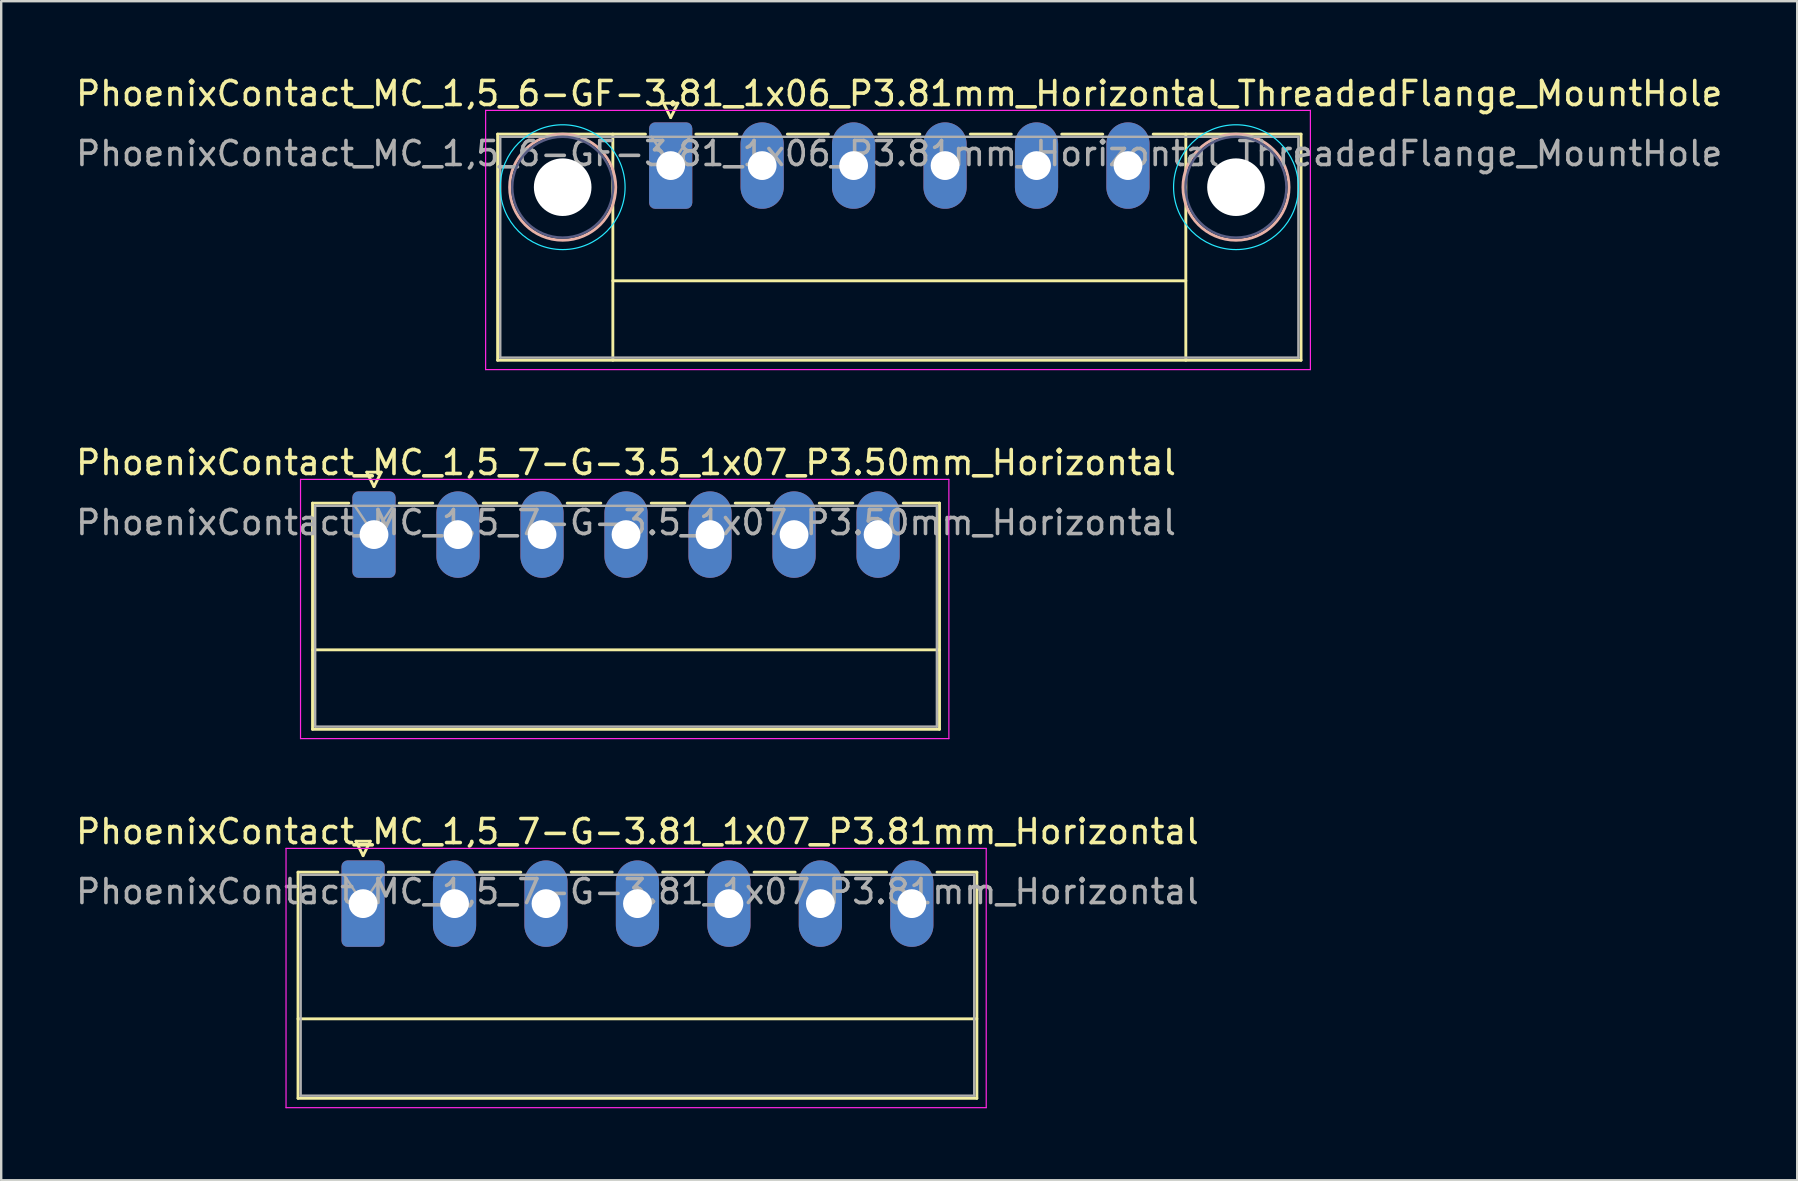
<source format=kicad_pcb>
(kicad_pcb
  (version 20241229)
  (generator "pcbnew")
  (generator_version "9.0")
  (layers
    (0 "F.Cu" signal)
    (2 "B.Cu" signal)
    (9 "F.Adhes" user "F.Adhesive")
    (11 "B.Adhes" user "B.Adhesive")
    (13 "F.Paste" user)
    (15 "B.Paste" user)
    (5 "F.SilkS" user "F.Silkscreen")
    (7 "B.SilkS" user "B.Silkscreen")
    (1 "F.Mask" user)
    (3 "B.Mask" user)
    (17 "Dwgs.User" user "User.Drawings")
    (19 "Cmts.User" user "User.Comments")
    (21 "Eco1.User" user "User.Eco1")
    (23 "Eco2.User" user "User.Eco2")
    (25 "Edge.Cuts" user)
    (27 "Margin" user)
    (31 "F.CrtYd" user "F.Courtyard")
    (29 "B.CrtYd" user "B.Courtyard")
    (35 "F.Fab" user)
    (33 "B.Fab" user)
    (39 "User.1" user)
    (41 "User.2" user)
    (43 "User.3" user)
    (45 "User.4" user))
  (footprint "PhoenixContact_MC_1,5_7-G-3.5_1x07_P3.50mm_Horizontal"
    (layer "F.Cu")
    (at 12.53 19.221)
    (property "Reference" "PhoenixContact_MC_1,5_7-G-3.5_1x07_P3.50mm_Horizontal" (at 10.5 -3 0) (layer "F.SilkS") (effects (font (size 1 1) (thickness 0.15))))
    (attr through_hole)
    (fp_line (start -2.56 -1.31) (end -2.56 8.11) (stroke (width 0.12) (type solid)) (layer "F.SilkS"))
    (fp_line (start -2.56 -1.31) (end -1.05 -1.31) (stroke (width 0.12) (type solid)) (layer "F.SilkS"))
    (fp_line (start -2.56 4.8) (end 23.56 4.8) (stroke (width 0.12) (type solid)) (layer "F.SilkS"))
    (fp_line (start -2.56 8.11) (end 23.56 8.11) (stroke (width 0.12) (type solid)) (layer "F.SilkS"))
    (fp_line (start -0.3 -2.6) (end 0.3 -2.6) (stroke (width 0.12) (type solid)) (layer "F.SilkS"))
    (fp_line (start 0 -2) (end -0.3 -2.6) (stroke (width 0.12) (type solid)) (layer "F.SilkS"))
    (fp_line (start 0.3 -2.6) (end 0 -2) (stroke (width 0.12) (type solid)) (layer "F.SilkS"))
    (fp_line (start 1.05 -1.31) (end 2.45 -1.31) (stroke (width 0.12) (type solid)) (layer "F.SilkS"))
    (fp_line (start 4.55 -1.31) (end 5.95 -1.31) (stroke (width 0.12) (type solid)) (layer "F.SilkS"))
    (fp_line (start 8.05 -1.31) (end 9.45 -1.31) (stroke (width 0.12) (type solid)) (layer "F.SilkS"))
    (fp_line (start 11.55 -1.31) (end 12.95 -1.31) (stroke (width 0.12) (type solid)) (layer "F.SilkS"))
    (fp_line (start 15.05 -1.31) (end 16.45 -1.31) (stroke (width 0.12) (type solid)) (layer "F.SilkS"))
    (fp_line (start 18.55 -1.31) (end 19.95 -1.31) (stroke (width 0.12) (type solid)) (layer "F.SilkS"))
    (fp_line (start 23.56 -1.31) (end 22.05 -1.31) (stroke (width 0.12) (type solid)) (layer "F.SilkS"))
    (fp_line (start 23.56 8.11) (end 23.56 -1.31) (stroke (width 0.12) (type solid)) (layer "F.SilkS"))
    (fp_line (start -3.06 -2.3) (end -3.06 8.5) (stroke (width 0.05) (type solid)) (layer "F.CrtYd"))
    (fp_line (start -3.06 8.5) (end 23.95 8.5) (stroke (width 0.05) (type solid)) (layer "F.CrtYd"))
    (fp_line (start 23.95 -2.3) (end -3.06 -2.3) (stroke (width 0.05) (type solid)) (layer "F.CrtYd"))
    (fp_line (start 23.95 8.5) (end 23.95 -2.3) (stroke (width 0.05) (type solid)) (layer "F.CrtYd"))
    (fp_line (start -2.45 -1.2) (end -2.45 8) (stroke (width 0.1) (type solid)) (layer "F.Fab"))
    (fp_line (start -2.45 8) (end 23.45 8) (stroke (width 0.1) (type solid)) (layer "F.Fab"))
    (fp_line (start 0 0) (end -0.8 -1.2) (stroke (width 0.1) (type solid)) (layer "F.Fab"))
    (fp_line (start 0.8 -1.2) (end 0 0) (stroke (width 0.1) (type solid)) (layer "F.Fab"))
    (fp_line (start 23.45 -1.2) (end -2.45 -1.2) (stroke (width 0.1) (type solid)) (layer "F.Fab"))
    (fp_line (start 23.45 8) (end 23.45 -1.2) (stroke (width 0.1) (type solid)) (layer "F.Fab"))
    (fp_text user "${REFERENCE}" (at 10.5 -0.5 0) (layer "F.Fab") (effects (font (size 1 1) (thickness 0.15))))
    (pad "1" thru_hole roundrect (at 0 0) (size 1.8 3.6) (drill 1.2) (layers "*.Cu" "*.Mask") (roundrect_rratio 0.139))
    (pad "2" thru_hole oval (at 3.5 0) (size 1.8 3.6) (drill 1.2) (layers "*.Cu" "*.Mask"))
    (pad "3" thru_hole oval (at 7 0) (size 1.8 3.6) (drill 1.2) (layers "*.Cu" "*.Mask"))
    (pad "4" thru_hole oval (at 10.5 0) (size 1.8 3.6) (drill 1.2) (layers "*.Cu" "*.Mask"))
    (pad "5" thru_hole oval (at 14 0) (size 1.8 3.6) (drill 1.2) (layers "*.Cu" "*.Mask"))
    (pad "6" thru_hole oval (at 17.5 0) (size 1.8 3.6) (drill 1.2) (layers "*.Cu" "*.Mask"))
    (pad "7" thru_hole oval (at 21 0) (size 1.8 3.6) (drill 1.2) (layers "*.Cu" "*.Mask")))
  (footprint "PhoenixContact_MC_1,5_7-G-3.81_1x07_P3.81mm_Horizontal"
    (layer "F.Cu")
    (at 12.076 34.595)
    (property "Reference" "PhoenixContact_MC_1,5_7-G-3.81_1x07_P3.81mm_Horizontal" (at 11.43 -3 0) (layer "F.SilkS") (effects (font (size 1 1) (thickness 0.15))))
    (attr through_hole)
    (fp_line (start -2.71 -1.31) (end -2.71 8.11) (stroke (width 0.12) (type solid)) (layer "F.SilkS"))
    (fp_line (start -2.71 -1.31) (end -1.05 -1.31) (stroke (width 0.12) (type solid)) (layer "F.SilkS"))
    (fp_line (start -2.71 4.8) (end 25.57 4.8) (stroke (width 0.12) (type solid)) (layer "F.SilkS"))
    (fp_line (start -2.71 8.11) (end 25.57 8.11) (stroke (width 0.12) (type solid)) (layer "F.SilkS"))
    (fp_line (start -0.3 -2.6) (end 0.3 -2.6) (stroke (width 0.12) (type solid)) (layer "F.SilkS"))
    (fp_line (start 0 -2) (end -0.3 -2.6) (stroke (width 0.12) (type solid)) (layer "F.SilkS"))
    (fp_line (start 0.3 -2.6) (end 0 -2) (stroke (width 0.12) (type solid)) (layer "F.SilkS"))
    (fp_line (start 1.05 -1.31) (end 2.76 -1.31) (stroke (width 0.12) (type solid)) (layer "F.SilkS"))
    (fp_line (start 4.86 -1.31) (end 6.57 -1.31) (stroke (width 0.12) (type solid)) (layer "F.SilkS"))
    (fp_line (start 8.67 -1.31) (end 10.38 -1.31) (stroke (width 0.12) (type solid)) (layer "F.SilkS"))
    (fp_line (start 12.48 -1.31) (end 14.19 -1.31) (stroke (width 0.12) (type solid)) (layer "F.SilkS"))
    (fp_line (start 16.29 -1.31) (end 18 -1.31) (stroke (width 0.12) (type solid)) (layer "F.SilkS"))
    (fp_line (start 20.1 -1.31) (end 21.81 -1.31) (stroke (width 0.12) (type solid)) (layer "F.SilkS"))
    (fp_line (start 25.57 -1.31) (end 23.91 -1.31) (stroke (width 0.12) (type solid)) (layer "F.SilkS"))
    (fp_line (start 25.57 8.11) (end 25.57 -1.31) (stroke (width 0.12) (type solid)) (layer "F.SilkS"))
    (fp_line (start -3.21 -2.3) (end -3.21 8.5) (stroke (width 0.05) (type solid)) (layer "F.CrtYd"))
    (fp_line (start -3.21 8.5) (end 25.96 8.5) (stroke (width 0.05) (type solid)) (layer "F.CrtYd"))
    (fp_line (start 25.96 -2.3) (end -3.21 -2.3) (stroke (width 0.05) (type solid)) (layer "F.CrtYd"))
    (fp_line (start 25.96 8.5) (end 25.96 -2.3) (stroke (width 0.05) (type solid)) (layer "F.CrtYd"))
    (fp_line (start -2.6 -1.2) (end -2.6 8) (stroke (width 0.1) (type solid)) (layer "F.Fab"))
    (fp_line (start -2.6 8) (end 25.46 8) (stroke (width 0.1) (type solid)) (layer "F.Fab"))
    (fp_line (start 0 0) (end -0.8 -1.2) (stroke (width 0.1) (type solid)) (layer "F.Fab"))
    (fp_line (start 0.8 -1.2) (end 0 0) (stroke (width 0.1) (type solid)) (layer "F.Fab"))
    (fp_line (start 25.46 -1.2) (end -2.6 -1.2) (stroke (width 0.1) (type solid)) (layer "F.Fab"))
    (fp_line (start 25.46 8) (end 25.46 -1.2) (stroke (width 0.1) (type solid)) (layer "F.Fab"))
    (fp_text user "${REFERENCE}" (at 11.43 -0.5 0) (layer "F.Fab") (effects (font (size 1 1) (thickness 0.15))))
    (pad "1" thru_hole roundrect (at 0 0) (size 1.8 3.6) (drill 1.2) (layers "*.Cu" "*.Mask") (roundrect_rratio 0.139))
    (pad "2" thru_hole oval (at 3.81 0) (size 1.8 3.6) (drill 1.2) (layers "*.Cu" "*.Mask"))
    (pad "3" thru_hole oval (at 7.62 0) (size 1.8 3.6) (drill 1.2) (layers "*.Cu" "*.Mask"))
    (pad "4" thru_hole oval (at 11.43 0) (size 1.8 3.6) (drill 1.2) (layers "*.Cu" "*.Mask"))
    (pad "5" thru_hole oval (at 15.24 0) (size 1.8 3.6) (drill 1.2) (layers "*.Cu" "*.Mask"))
    (pad "6" thru_hole oval (at 19.05 0) (size 1.8 3.6) (drill 1.2) (layers "*.Cu" "*.Mask"))
    (pad "7" thru_hole oval (at 22.86 0) (size 1.8 3.6) (drill 1.2) (layers "*.Cu" "*.Mask")))
  (footprint "PhoenixContact_MC_1,5_6-GF-3.81_1x06_P3.81mm_Horizontal_ThreadedFlange_MountHole"
    (layer "F.Cu")
    (at 24.891 3.848)
    (property "Reference" "PhoenixContact_MC_1,5_6-GF-3.81_1x06_P3.81mm_Horizontal_ThreadedFlange_MountHole" (at 9.52 -3 0) (layer "F.SilkS") (effects (font (size 1 1) (thickness 0.15))))
    (attr through_hole)
    (fp_line (start -7.21 -1.31) (end -7.21 8.11) (stroke (width 0.12) (type solid)) (layer "F.SilkS"))
    (fp_line (start -7.21 -1.31) (end -1.05 -1.31) (stroke (width 0.12) (type solid)) (layer "F.SilkS"))
    (fp_line (start -7.21 8.11) (end 26.26 8.11) (stroke (width 0.12) (type solid)) (layer "F.SilkS"))
    (fp_line (start -2.41 -1.31) (end -2.41 8.11) (stroke (width 0.12) (type solid)) (layer "F.SilkS"))
    (fp_line (start -2.41 4.8) (end 21.46 4.8) (stroke (width 0.12) (type solid)) (layer "F.SilkS"))
    (fp_line (start -0.3 -2.6) (end 0.3 -2.6) (stroke (width 0.12) (type solid)) (layer "F.SilkS"))
    (fp_line (start 0 -2) (end -0.3 -2.6) (stroke (width 0.12) (type solid)) (layer "F.SilkS"))
    (fp_line (start 0.3 -2.6) (end 0 -2) (stroke (width 0.12) (type solid)) (layer "F.SilkS"))
    (fp_line (start 1.05 -1.31) (end 2.76 -1.31) (stroke (width 0.12) (type solid)) (layer "F.SilkS"))
    (fp_line (start 4.86 -1.31) (end 6.57 -1.31) (stroke (width 0.12) (type solid)) (layer "F.SilkS"))
    (fp_line (start 8.67 -1.31) (end 10.38 -1.31) (stroke (width 0.12) (type solid)) (layer "F.SilkS"))
    (fp_line (start 12.48 -1.31) (end 14.19 -1.31) (stroke (width 0.12) (type solid)) (layer "F.SilkS"))
    (fp_line (start 16.29 -1.31) (end 18 -1.31) (stroke (width 0.12) (type solid)) (layer "F.SilkS"))
    (fp_line (start 21.46 -1.31) (end 21.46 8.11) (stroke (width 0.12) (type solid)) (layer "F.SilkS"))
    (fp_line (start 26.26 -1.31) (end 20.1 -1.31) (stroke (width 0.12) (type solid)) (layer "F.SilkS"))
    (fp_line (start 26.26 8.11) (end 26.26 -1.31) (stroke (width 0.12) (type solid)) (layer "F.SilkS"))
    (fp_circle (center -4.5 0.9) (end -2.29 0.9) (stroke (width 0.12) (type solid)) (fill no) (layer "B.SilkS"))
    (fp_circle (center 23.55 0.9) (end 25.76 0.9) (stroke (width 0.12) (type solid)) (fill no) (layer "B.SilkS"))
    (fp_circle (center -4.5 0.9) (end -1.9 0.9) (stroke (width 0.05) (type solid)) (fill no) (layer "B.CrtYd"))
    (fp_circle (center 23.55 0.9) (end 26.15 0.9) (stroke (width 0.05) (type solid)) (fill no) (layer "B.CrtYd"))
    (fp_line (start -7.71 -2.3) (end -7.71 8.5) (stroke (width 0.05) (type solid)) (layer "F.CrtYd"))
    (fp_line (start -7.71 8.5) (end 26.65 8.5) (stroke (width 0.05) (type solid)) (layer "F.CrtYd"))
    (fp_line (start 26.65 -2.3) (end -7.71 -2.3) (stroke (width 0.05) (type solid)) (layer "F.CrtYd"))
    (fp_line (start 26.65 8.5) (end 26.65 -2.3) (stroke (width 0.05) (type solid)) (layer "F.CrtYd"))
    (fp_circle (center -4.5 0.9) (end -2.4 0.9) (stroke (width 0.1) (type solid)) (fill no) (layer "B.Fab"))
    (fp_circle (center 23.55 0.9) (end 25.65 0.9) (stroke (width 0.1) (type solid)) (fill no) (layer "B.Fab"))
    (fp_line (start -7.1 -1.2) (end -7.1 8) (stroke (width 0.1) (type solid)) (layer "F.Fab"))
    (fp_line (start -7.1 8) (end 26.15 8) (stroke (width 0.1) (type solid)) (layer "F.Fab"))
    (fp_line (start 0 0) (end -0.8 -1.2) (stroke (width 0.1) (type solid)) (layer "F.Fab"))
    (fp_line (start 0.8 -1.2) (end 0 0) (stroke (width 0.1) (type solid)) (layer "F.Fab"))
    (fp_line (start 26.15 -1.2) (end -7.1 -1.2) (stroke (width 0.1) (type solid)) (layer "F.Fab"))
    (fp_line (start 26.15 8) (end 26.15 -1.2) (stroke (width 0.1) (type solid)) (layer "F.Fab"))
    (fp_text user "${REFERENCE}" (at 9.52 -0.5 0) (layer "F.Fab") (effects (font (size 1 1) (thickness 0.15))))
    (pad "" np_thru_hole circle (at -4.5 0.9) (size 2.4 2.4) (drill 2.4) (layers "*.Cu" "*.Mask"))
    (pad "" np_thru_hole circle (at 23.55 0.9) (size 2.4 2.4) (drill 2.4) (layers "*.Cu" "*.Mask"))
    (pad "1" thru_hole roundrect (at 0 0) (size 1.8 3.6) (drill 1.2) (layers "*.Cu" "*.Mask") (roundrect_rratio 0.139))
    (pad "2" thru_hole oval (at 3.81 0) (size 1.8 3.6) (drill 1.2) (layers "*.Cu" "*.Mask"))
    (pad "3" thru_hole oval (at 7.62 0) (size 1.8 3.6) (drill 1.2) (layers "*.Cu" "*.Mask"))
    (pad "4" thru_hole oval (at 11.43 0) (size 1.8 3.6) (drill 1.2) (layers "*.Cu" "*.Mask"))
    (pad "5" thru_hole oval (at 15.24 0) (size 1.8 3.6) (drill 1.2) (layers "*.Cu" "*.Mask"))
    (pad "6" thru_hole oval (at 19.05 0) (size 1.8 3.6) (drill 1.2) (layers "*.Cu" "*.Mask")))
  (gr_rect
    (start -3 -3)
    (end 71.821 46.12)
    (stroke (width 0.1) (type default))
    (fill no)
    (layer "Edge.Cuts")))
</source>
